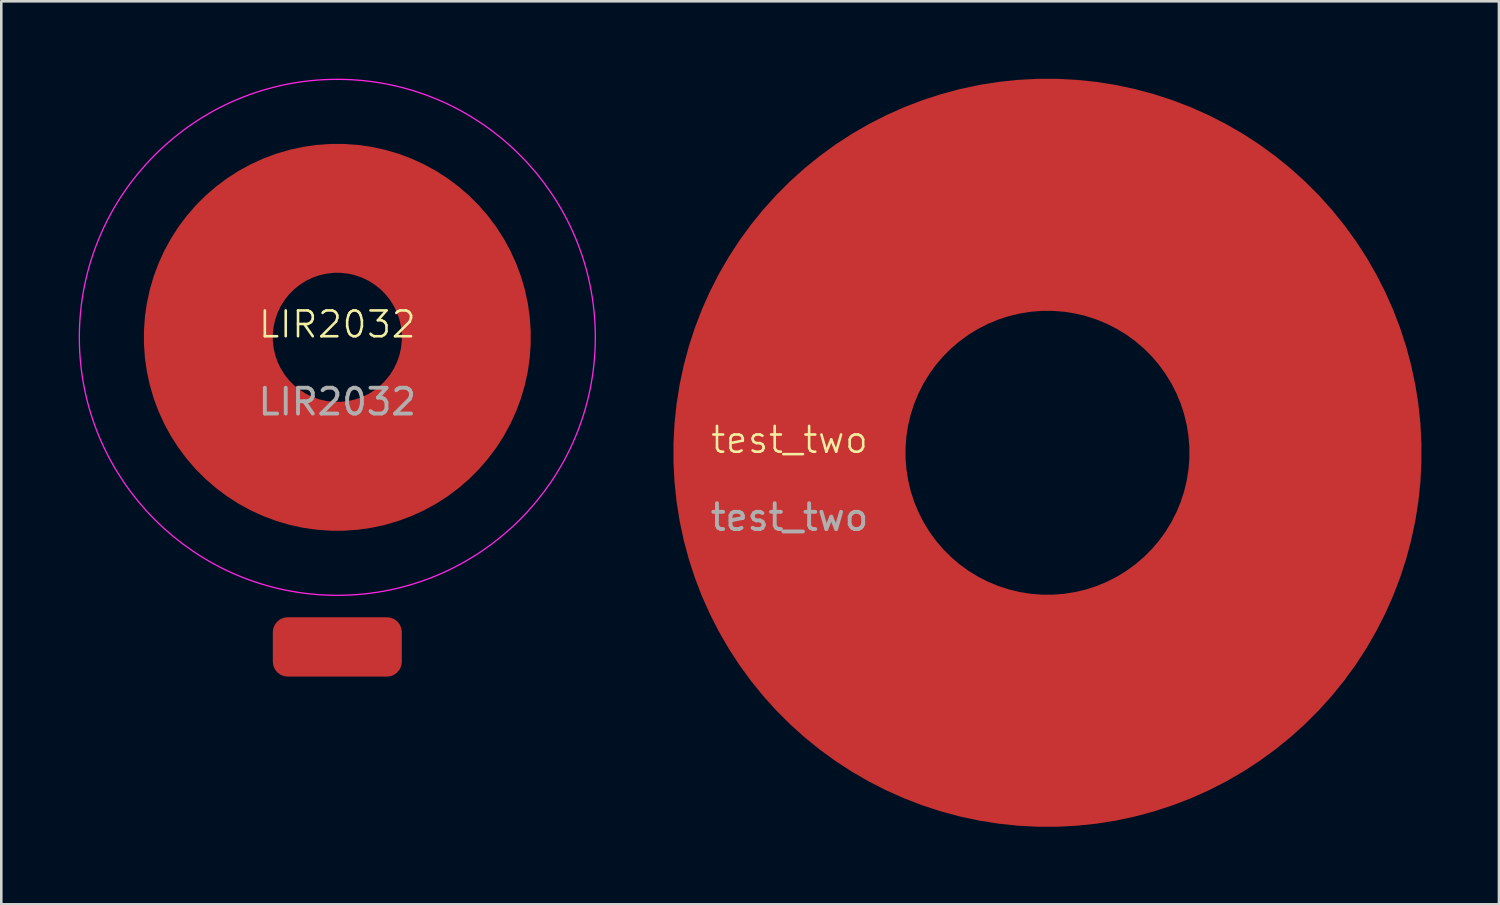
<source format=kicad_pcb>
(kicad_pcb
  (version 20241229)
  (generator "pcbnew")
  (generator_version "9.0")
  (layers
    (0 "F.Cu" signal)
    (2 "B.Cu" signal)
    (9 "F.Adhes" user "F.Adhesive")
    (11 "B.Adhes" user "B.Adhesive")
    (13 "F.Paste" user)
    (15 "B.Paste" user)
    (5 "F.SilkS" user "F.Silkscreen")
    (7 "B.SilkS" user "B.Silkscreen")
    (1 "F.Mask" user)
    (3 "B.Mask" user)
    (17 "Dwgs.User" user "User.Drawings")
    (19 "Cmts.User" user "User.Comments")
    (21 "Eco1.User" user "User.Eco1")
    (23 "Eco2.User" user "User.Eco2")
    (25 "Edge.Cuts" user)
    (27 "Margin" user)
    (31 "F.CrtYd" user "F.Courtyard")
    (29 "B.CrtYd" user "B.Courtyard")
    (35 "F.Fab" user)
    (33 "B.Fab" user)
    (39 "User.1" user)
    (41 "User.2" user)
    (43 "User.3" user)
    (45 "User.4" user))
  (footprint "test_two"
    (layer "F.Cu")
    (at 27.55 14.5)
    (property "Reference" "test_two" (at 0 -0.5 0) (unlocked yes) (layer "F.SilkS") (effects (font (size 1 1) (thickness 0.1))))
    (attr smd)
    (fp_text user "${REFERENCE}" (at 0 2.5 0) (unlocked yes) (layer "F.Fab") (effects (font (size 1 1) (thickness 0.15))))
    (pad "1" smd custom (at 0 0) (size 0.0001 0.0001) (layers "F.Cu" "F.Mask" "F.Paste") (options (anchor circle)) (primitives (gr_circle (center 10 0) (end 20 0) (width 9) (fill no)))))
  (footprint "LIR2032"
    (layer "F.Cu")
    (at 10.025 10.025)
    (property "Reference" "LIR2032" (at 0 -0.5 0) (unlocked yes) (layer "F.SilkS") (effects (font (size 1 1) (thickness 0.1))))
    (attr smd)
    (fp_circle (center 0 0) (end 10 0) (stroke (width 0.05) (type default)) (fill no) (layer "F.CrtYd"))
    (fp_text user "${REFERENCE}" (at 0 2.5 0) (unlocked yes) (layer "F.Fab") (effects (font (size 1 1) (thickness 0.15))))
    (pad "1" smd roundrect (at 0 12) (size 5 2.3) (layers "F.Cu" "F.Mask") (roundrect_rratio 0.25))
    (pad "2" smd custom (at 0 0) (size 0.001 0.001) (layers "F.Cu" "F.Mask" "F.Paste") (options (anchor circle)) (primitives (gr_circle (center 0 0) (end 5 0) (width 5) (fill no)))))
  (gr_rect
    (start -3 -3)
    (end 55.05 32)
    (stroke (width 0.1) (type default))
    (fill no)
    (layer "Edge.Cuts")))
</source>
